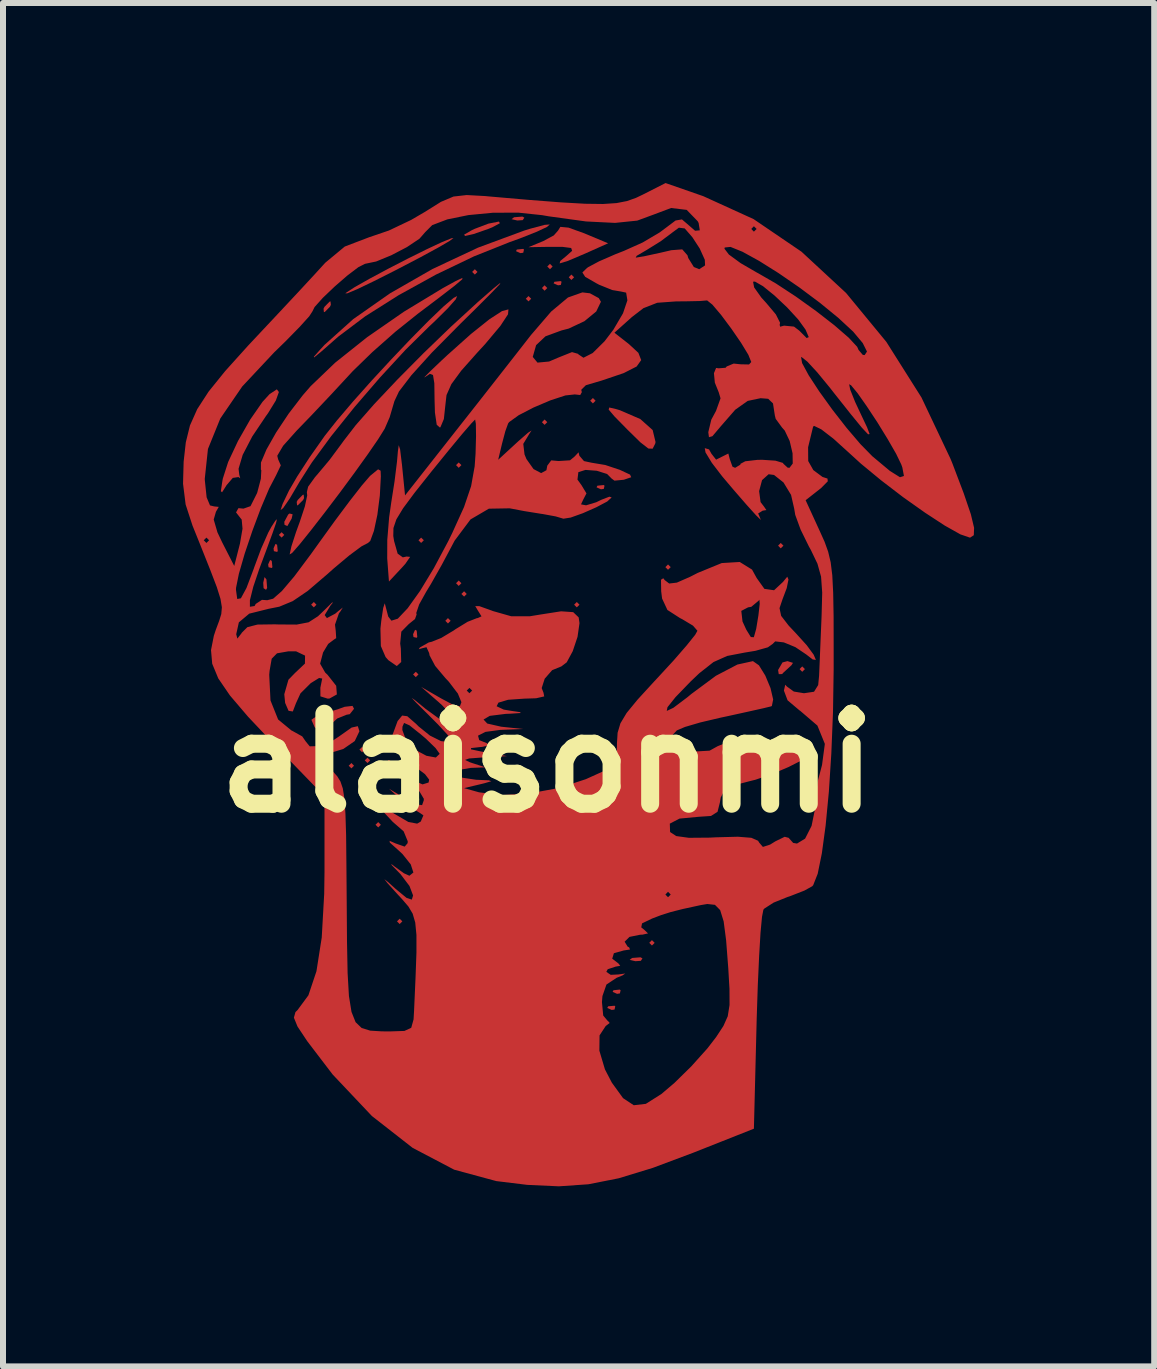
<source format=kicad_pcb>
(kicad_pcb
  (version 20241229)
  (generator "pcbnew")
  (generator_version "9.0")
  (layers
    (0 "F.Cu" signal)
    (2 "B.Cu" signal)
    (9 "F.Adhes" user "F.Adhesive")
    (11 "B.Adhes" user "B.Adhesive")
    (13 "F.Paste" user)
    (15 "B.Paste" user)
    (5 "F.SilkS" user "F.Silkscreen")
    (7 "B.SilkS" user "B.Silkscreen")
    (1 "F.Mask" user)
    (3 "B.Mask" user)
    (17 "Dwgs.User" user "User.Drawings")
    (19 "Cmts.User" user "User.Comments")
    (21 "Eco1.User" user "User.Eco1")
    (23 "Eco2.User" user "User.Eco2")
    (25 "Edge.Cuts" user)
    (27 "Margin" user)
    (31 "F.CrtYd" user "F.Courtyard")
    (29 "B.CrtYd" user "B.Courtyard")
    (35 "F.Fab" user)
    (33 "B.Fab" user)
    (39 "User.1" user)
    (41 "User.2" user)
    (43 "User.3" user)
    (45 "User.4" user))
  (footprint "alaisonmi"
    (layer "F.Cu")
    (at 6.069 9.664)
    (property "Reference" "alaisonmi" (at 0 0 0) (layer "F.SilkS") (effects (font (size 1.5 1.5) (thickness 0.3))))
    (attr board_only exclude_from_pos_files exclude_from_bom)
    (fp_poly (pts (xy -4.382 -3.801) (xy -4.427 -3.756) (xy -4.472 -3.801) (xy -4.427 -3.846)) (stroke (width 0) (type solid)) (fill yes) (layer "F.Cu"))
    (fp_poly (pts (xy -3.846 -2.638) (xy -3.89 -2.594) (xy -3.935 -2.638) (xy -3.89 -2.683)) (stroke (width 0) (type solid)) (fill yes) (layer "F.Cu"))
    (fp_poly (pts (xy -3.22 0.045) (xy -3.264 0.089) (xy -3.309 0.045) (xy -3.264 0)) (stroke (width 0) (type solid)) (fill yes) (layer "F.Cu"))
    (fp_poly (pts (xy -3.041 -0.224) (xy -3.086 -0.179) (xy -3.13 -0.224) (xy -3.086 -0.268)) (stroke (width 0) (type solid)) (fill yes) (layer "F.Cu"))
    (fp_poly (pts (xy -2.951 -0.045) (xy -2.996 0) (xy -3.041 -0.045) (xy -2.996 -0.089)) (stroke (width 0) (type solid)) (fill yes) (layer "F.Cu"))
    (fp_poly (pts (xy -2.773 1.029) (xy -2.817 1.073) (xy -2.862 1.029) (xy -2.817 0.984)) (stroke (width 0) (type solid)) (fill yes) (layer "F.Cu"))
    (fp_poly (pts (xy -2.415 2.638) (xy -2.46 2.683) (xy -2.504 2.638) (xy -2.46 2.594)) (stroke (width 0) (type solid)) (fill yes) (layer "F.Cu"))
    (fp_poly (pts (xy -2.146 -1.476) (xy -2.191 -1.431) (xy -2.236 -1.476) (xy -2.191 -1.52)) (stroke (width 0) (type solid)) (fill yes) (layer "F.Cu"))
    (fp_poly (pts (xy -2.057 -3.712) (xy -2.102 -3.667) (xy -2.146 -3.712) (xy -2.102 -3.756)) (stroke (width 0) (type solid)) (fill yes) (layer "F.Cu"))
    (fp_poly (pts (xy -1.61 -2.37) (xy -1.655 -2.325) (xy -1.699 -2.37) (xy -1.655 -2.415)) (stroke (width 0) (type solid)) (fill yes) (layer "F.Cu"))
    (fp_poly (pts (xy -1.431 -4.964) (xy -1.476 -4.919) (xy -1.52 -4.964) (xy -1.476 -5.008)) (stroke (width 0) (type solid)) (fill yes) (layer "F.Cu"))
    (fp_poly (pts (xy -1.431 -2.996) (xy -1.476 -2.951) (xy -1.52 -2.996) (xy -1.476 -3.041)) (stroke (width 0) (type solid)) (fill yes) (layer "F.Cu"))
    (fp_poly (pts (xy -1.342 -2.817) (xy -1.386 -2.773) (xy -1.431 -2.817) (xy -1.386 -2.862)) (stroke (width 0) (type solid)) (fill yes) (layer "F.Cu"))
    (fp_poly (pts (xy -1.163 -8.183) (xy -1.207 -8.139) (xy -1.252 -8.183) (xy -1.207 -8.228)) (stroke (width 0) (type solid)) (fill yes) (layer "F.Cu"))
    (fp_poly (pts (xy -0.268 -7.736) (xy -0.313 -7.692) (xy -0.358 -7.736) (xy -0.313 -7.781)) (stroke (width 0) (type solid)) (fill yes) (layer "F.Cu"))
    (fp_poly (pts (xy 0 -7.915) (xy -0.045 -7.87) (xy -0.089 -7.915) (xy -0.045 -7.96)) (stroke (width 0) (type solid)) (fill yes) (layer "F.Cu"))
    (fp_poly (pts (xy 0 -5.679) (xy -0.045 -5.635) (xy -0.089 -5.679) (xy -0.045 -5.724)) (stroke (width 0) (type solid)) (fill yes) (layer "F.Cu"))
    (fp_poly (pts (xy 0.089 -8.273) (xy 0.045 -8.228) (xy 0 -8.273) (xy 0.045 -8.318)) (stroke (width 0) (type solid)) (fill yes) (layer "F.Cu"))
    (fp_poly (pts (xy 0.447 -8.094) (xy 0.402 -8.049) (xy 0.358 -8.094) (xy 0.402 -8.139)) (stroke (width 0) (type solid)) (fill yes) (layer "F.Cu"))
    (fp_poly (pts (xy 0.537 -2.638) (xy 0.492 -2.594) (xy 0.447 -2.638) (xy 0.492 -2.683)) (stroke (width 0) (type solid)) (fill yes) (layer "F.Cu"))
    (fp_poly (pts (xy 0.805 -6.037) (xy 0.76 -5.992) (xy 0.715 -6.037) (xy 0.76 -6.082)) (stroke (width 0) (type solid)) (fill yes) (layer "F.Cu"))
    (fp_poly (pts (xy 1.789 2.996) (xy 1.744 3.041) (xy 1.699 2.996) (xy 1.744 2.951)) (stroke (width 0) (type solid)) (fill yes) (layer "F.Cu"))
    (fp_poly (pts (xy 2.057 -3.264) (xy 2.012 -3.22) (xy 1.968 -3.264) (xy 2.012 -3.309)) (stroke (width 0) (type solid)) (fill yes) (layer "F.Cu"))
    (fp_poly (pts (xy 3.935 -3.622) (xy 3.89 -3.577) (xy 3.846 -3.622) (xy 3.89 -3.667)) (stroke (width 0) (type solid)) (fill yes) (layer "F.Cu"))
    (fp_poly (pts (xy 4.293 -1.565) (xy 4.248 -1.52) (xy 4.204 -1.565) (xy 4.248 -1.61)) (stroke (width 0) (type solid)) (fill yes) (layer "F.Cu"))
    (fp_poly (pts (xy -4.679 -3.058) (xy -4.668 -2.918) (xy -4.686 -2.886) (xy -4.727 -2.913) (xy -4.733 -3.004) (xy -4.711 -3.099)) (stroke (width 0) (type solid)) (fill yes) (layer "F.Cu"))
    (fp_poly (pts (xy -4.591 -3.369) (xy -4.58 -3.263) (xy -4.591 -3.25) (xy -4.644 -3.262) (xy -4.651 -3.309) (xy -4.618 -3.383)) (stroke (width 0) (type solid)) (fill yes) (layer "F.Cu"))
    (fp_poly (pts (xy -4.502 -3.637) (xy -4.491 -3.531) (xy -4.502 -3.518) (xy -4.555 -3.53) (xy -4.561 -3.577) (xy -4.529 -3.651)) (stroke (width 0) (type solid)) (fill yes) (layer "F.Cu"))
    (fp_poly (pts (xy -2.176 -2.206) (xy -2.166 -2.1) (xy -2.176 -2.087) (xy -2.229 -2.099) (xy -2.236 -2.146) (xy -2.203 -2.22)) (stroke (width 0) (type solid)) (fill yes) (layer "F.Cu"))
    (fp_poly (pts (xy -0.388 -8.556) (xy -0.4 -8.503) (xy -0.447 -8.496) (xy -0.521 -8.529) (xy -0.507 -8.556) (xy -0.401 -8.567)) (stroke (width 0) (type solid)) (fill yes) (layer "F.Cu"))
    (fp_poly (pts (xy -0.382 -9.087) (xy -0.409 -9.046) (xy -0.499 -9.04) (xy -0.595 -9.062) (xy -0.553 -9.094) (xy -0.414 -9.105)) (stroke (width 0) (type solid)) (fill yes) (layer "F.Cu"))
    (fp_poly (pts (xy 0.238 -8.019) (xy 0.226 -7.966) (xy 0.179 -7.96) (xy 0.105 -7.993) (xy 0.119 -8.019) (xy 0.225 -8.03)) (stroke (width 0) (type solid)) (fill yes) (layer "F.Cu"))
    (fp_poly (pts (xy 0.954 -4.621) (xy 0.942 -4.568) (xy 0.894 -4.561) (xy 0.821 -4.594) (xy 0.835 -4.621) (xy 0.941 -4.632)) (stroke (width 0) (type solid)) (fill yes) (layer "F.Cu"))
    (fp_poly (pts (xy 1.133 4.054) (xy 1.121 4.108) (xy 1.073 4.114) (xy 1 4.081) (xy 1.014 4.054) (xy 1.12 4.044)) (stroke (width 0) (type solid)) (fill yes) (layer "F.Cu"))
    (fp_poly (pts (xy 1.222 3.786) (xy 1.21 3.839) (xy 1.163 3.846) (xy 1.089 3.813) (xy 1.103 3.786) (xy 1.209 3.775)) (stroke (width 0) (type solid)) (fill yes) (layer "F.Cu"))
    (fp_poly (pts (xy 1.586 3.255) (xy 1.559 3.296) (xy 1.468 3.302) (xy 1.373 3.28) (xy 1.414 3.248) (xy 1.554 3.237)) (stroke (width 0) (type solid)) (fill yes) (layer "F.Cu"))
    (fp_poly (pts (xy -4.243 -4.144) (xy -4.259 -4.074) (xy -4.331 -3.948) (xy -4.378 -3.969) (xy -4.382 -4.019) (xy -4.317 -4.141) (xy -4.294 -4.158)) (stroke (width 0) (type solid)) (fill yes) (layer "F.Cu"))
    (fp_poly (pts (xy -4.053 -4.414) (xy -4.069 -4.382) (xy -4.154 -4.297) (xy -4.169 -4.293) (xy -4.175 -4.351) (xy -4.159 -4.382) (xy -4.075 -4.468) (xy -4.059 -4.472)) (stroke (width 0) (type solid)) (fill yes) (layer "F.Cu"))
    (fp_poly (pts (xy -3.606 -7.634) (xy -3.622 -7.602) (xy -3.706 -7.517) (xy -3.722 -7.513) (xy -3.728 -7.57) (xy -3.712 -7.602) (xy -3.627 -7.688) (xy -3.612 -7.692)) (stroke (width 0) (type solid)) (fill yes) (layer "F.Cu"))
    (fp_poly (pts (xy 4.094 -1.669) (xy 4.069 -1.63) (xy 3.93 -1.502) (xy 3.913 -1.482) (xy 3.857 -1.481) (xy 3.846 -1.55) (xy 3.919 -1.676) (xy 4.002 -1.698)) (stroke (width 0) (type solid)) (fill yes) (layer "F.Cu"))
    (fp_poly (pts (xy -0.805 -9.022) (xy -0.79 -8.994) (xy -0.915 -8.927) (xy -0.984 -8.899) (xy -1.229 -8.814) (xy -1.37 -8.782) (xy -1.386 -8.804) (xy -1.256 -8.879) (xy -1.207 -8.902) (xy -0.98 -8.988) (xy -0.806 -9.022)) (stroke (width 0) (type solid)) (fill yes) (layer "F.Cu"))
    (fp_poly (pts (xy 1.142 -5.899) (xy 1.209 -5.879) (xy 1.551 -5.731) (xy 1.756 -5.548) (xy 1.804 -5.349) (xy 1.798 -5.321) (xy 1.756 -5.238) (xy 1.685 -5.24) (xy 1.552 -5.343) (xy 1.337 -5.554) (xy 1.121 -5.774) (xy 1.023 -5.889) (xy 1.033 -5.924)) (stroke (width 0) (type solid)) (fill yes) (layer "F.Cu"))
    (fp_poly (pts (xy -3.22 -0.904) (xy -3.291 -0.814) (xy -3.343 -0.805) (xy -3.5 -0.742) (xy -3.577 -0.671) (xy -3.731 -0.546) (xy -3.864 -0.585) (xy -3.876 -0.596) (xy -3.93 -0.72) (xy -3.809 -0.808) (xy -3.734 -0.828) (xy -3.498 -0.893) (xy -3.376 -0.937) (xy -3.245 -0.952)) (stroke (width 0) (type solid)) (fill yes) (layer "F.Cu"))
    (fp_poly (pts (xy -1.627 -8.699) (xy -1.822 -8.586) (xy -2.118 -8.425) (xy -2.486 -8.233) (xy -2.534 -8.208) (xy -2.891 -8.028) (xy -3.164 -7.897) (xy -3.33 -7.827) (xy -3.365 -7.826) (xy -3.354 -7.835) (xy -3.205 -7.932) (xy -2.957 -8.072) (xy -2.649 -8.237) (xy -2.319 -8.407) (xy -2.008 -8.561) (xy -1.754 -8.68) (xy -1.596 -8.744) (xy -1.563 -8.748)) (stroke (width 0) (type solid)) (fill yes) (layer "F.Cu"))
    (fp_poly (pts (xy 0.354 -8.921) (xy 0.615 -8.827) (xy 0.675 -8.802) (xy 1.014 -8.66) (xy 0.631 -8.489) (xy 0.342 -8.366) (xy 0.206 -8.325) (xy 0.217 -8.366) (xy 0.318 -8.449) (xy 0.414 -8.535) (xy 0.398 -8.582) (xy 0.25 -8.601) (xy -0.045 -8.6) (xy -0.313 -8.595) (xy -0.067 -8.697) (xy 0.108 -8.791) (xy 0.179 -8.871) (xy 0.218 -8.934)) (stroke (width 0) (type solid)) (fill yes) (layer "F.Cu"))
    (fp_poly (pts (xy -4.472 -6.182) (xy -4.523 -6.04) (xy -4.653 -5.829) (xy -4.685 -5.785) (xy -4.916 -5.441) (xy -5.075 -5.135) (xy -5.144 -4.903) (xy -5.132 -4.805) (xy -5.116 -4.745) (xy -5.146 -4.765) (xy -5.24 -4.751) (xy -5.343 -4.631) (xy -5.419 -4.511) (xy -5.439 -4.53) (xy -5.413 -4.704) (xy -5.406 -4.74) (xy -5.317 -5.017) (xy -5.153 -5.367) (xy -4.95 -5.723) (xy -4.745 -6.018) (xy -4.628 -6.146) (xy -4.506 -6.227)) (stroke (width 0) (type solid)) (fill yes) (layer "F.Cu"))
    (fp_poly (pts (xy -0.006 -8.932) (xy -0.176 -8.852) (xy -0.454 -8.742) (xy -0.626 -8.68) (xy -1.222 -8.442) (xy -1.856 -8.138) (xy -2.477 -7.795) (xy -3.034 -7.443) (xy -3.476 -7.11) (xy -3.513 -7.078) (xy -3.761 -6.86) (xy -3.885 -6.758) (xy -3.889 -6.77) (xy -3.782 -6.891) (xy -3.712 -6.967) (xy -3.233 -7.397) (xy -2.619 -7.827) (xy -1.912 -8.232) (xy -1.153 -8.588) (xy -0.385 -8.872) (xy -0.285 -8.903) (xy -0.046 -8.967) (xy 0.042 -8.974)) (stroke (width 0) (type solid)) (fill yes) (layer "F.Cu"))
    (fp_poly (pts (xy -0.654 -7.477) (xy -0.781 -7.284) (xy -1.036 -6.98) (xy -1.163 -6.842) (xy -1.434 -6.537) (xy -1.598 -6.313) (xy -1.679 -6.131) (xy -1.699 -5.955) (xy -1.723 -5.732) (xy -1.78 -5.596) (xy -1.789 -5.59) (xy -1.842 -5.636) (xy -1.872 -5.841) (xy -1.878 -6.046) (xy -1.882 -6.329) (xy -1.904 -6.465) (xy -1.955 -6.485) (xy -2.036 -6.431) (xy -2.05 -6.427) (xy -1.953 -6.525) (xy -1.763 -6.706) (xy -1.665 -6.797) (xy -1.27 -7.15) (xy -0.963 -7.395) (xy -0.753 -7.531) (xy -0.647 -7.559)) (stroke (width 0) (type solid)) (fill yes) (layer "F.Cu"))
    (fp_poly (pts (xy -1.525 -7.726) (xy -1.655 -7.579) (xy -1.869 -7.367) (xy -1.967 -7.275) (xy -2.361 -6.886) (xy -2.787 -6.424) (xy -3.212 -5.931) (xy -3.602 -5.445) (xy -3.924 -5.006) (xy -4.126 -4.689) (xy -4.29 -4.41) (xy -4.4 -4.249) (xy -4.443 -4.215) (xy -4.411 -4.315) (xy -4.304 -4.539) (xy -4.165 -4.778) (xy -3.96 -5.094) (xy -3.729 -5.422) (xy -3.707 -5.453) (xy -3.506 -5.707) (xy -3.238 -6.022) (xy -2.927 -6.371) (xy -2.596 -6.729) (xy -2.27 -7.072) (xy -1.973 -7.373) (xy -1.729 -7.607) (xy -1.561 -7.75) (xy -1.502 -7.781)) (stroke (width 0) (type solid)) (fill yes) (layer "F.Cu"))
    (fp_poly (pts (xy -0.791 -7.979) (xy -0.921 -7.843) (xy -1.175 -7.588) (xy -1.448 -7.319) (xy -1.924 -6.838) (xy -2.263 -6.463) (xy -2.471 -6.191) (xy -2.547 -6.03) (xy -2.626 -5.762) (xy -2.709 -5.57) (xy -2.817 -5.397) (xy -2.992 -5.143) (xy -3.213 -4.835) (xy -3.458 -4.503) (xy -3.707 -4.175) (xy -3.936 -3.88) (xy -4.124 -3.646) (xy -4.25 -3.502) (xy -4.293 -3.475) (xy -4.263 -3.611) (xy -4.186 -3.849) (xy -4.124 -4.019) (xy -4.039 -4.276) (xy -4 -4.459) (xy -4.006 -4.513) (xy -3.985 -4.604) (xy -3.869 -4.765) (xy -3.831 -4.808) (xy -3.626 -5.053) (xy -3.42 -5.331) (xy -3.395 -5.366) (xy -3.192 -5.629) (xy -2.884 -5.98) (xy -2.497 -6.39) (xy -2.062 -6.829) (xy -1.607 -7.268) (xy -1.16 -7.678) (xy -1.118 -7.715) (xy -0.892 -7.912) (xy -0.782 -8.001)) (stroke (width 0) (type solid)) (fill yes) (layer "F.Cu"))
    (fp_poly (pts (xy 2.6 -9.445) (xy 3.438 -9.063) (xy 4.236 -8.52) (xy 4.979 -7.832) (xy 5.65 -7.017) (xy 6.235 -6.091) (xy 6.719 -5.069) (xy 6.752 -4.988) (xy 6.939 -4.495) (xy 7.058 -4.145) (xy 7.112 -3.919) (xy 7.107 -3.796) (xy 7.046 -3.756) (xy 7.041 -3.756) (xy 6.884 -3.81) (xy 6.624 -3.956) (xy 6.295 -4.171) (xy 5.929 -4.43) (xy 5.562 -4.711) (xy 5.225 -4.989) (xy 5.019 -5.177) (xy 4.767 -5.405) (xy 4.567 -5.559) (xy 4.448 -5.617) (xy 4.43 -5.607) (xy 4.346 -5.261) (xy 4.348 -5.032) (xy 4.433 -4.881) (xy 4.586 -4.767) (xy 4.669 -4.74) (xy 4.674 -4.694) (xy 4.562 -4.581) (xy 4.534 -4.559) (xy 4.305 -4.379) (xy 4.54 -3.866) (xy 4.621 -3.686) (xy 4.68 -3.522) (xy 4.722 -3.346) (xy 4.749 -3.128) (xy 4.764 -2.836) (xy 4.771 -2.442) (xy 4.772 -1.915) (xy 4.772 -1.565) (xy 4.761 -0.849) (xy 4.733 -0.159) (xy 4.692 0.479) (xy 4.638 1.043) (xy 4.575 1.506) (xy 4.506 1.845) (xy 4.431 2.035) (xy 4.415 2.053) (xy 4.285 2.125) (xy 4.06 2.213) (xy 4.004 2.232) (xy 3.771 2.326) (xy 3.617 2.425) (xy 3.601 2.444) (xy 3.578 2.562) (xy 3.553 2.83) (xy 3.53 3.219) (xy 3.508 3.7) (xy 3.49 4.243) (xy 3.488 4.321) (xy 3.443 6.093) (xy 2.433 6.493) (xy 1.758 6.746) (xy 1.191 6.919) (xy 0.686 7.019) (xy 0.193 7.053) (xy -0.334 7.029) (xy -0.85 6.966) (xy -1.551 6.776) (xy -2.244 6.412) (xy -2.922 5.882) (xy -3.576 5.19) (xy -3.879 4.793) (xy 0.868 4.793) (xy 0.961 5.105) (xy 1.076 5.326) (xy 1.263 5.584) (xy 1.441 5.702) (xy 1.642 5.679) (xy 1.9 5.516) (xy 2.12 5.329) (xy 2.401 5.053) (xy 2.668 4.755) (xy 2.813 4.567) (xy 2.935 4.381) (xy 3.007 4.22) (xy 3.037 4.032) (xy 3.036 3.764) (xy 3.016 3.42) (xy 2.98 2.953) (xy 2.939 2.639) (xy 2.881 2.451) (xy 2.794 2.363) (xy 2.667 2.349) (xy 2.558 2.367) (xy 2.255 2.433) (xy 2.058 2.483) (xy 1.897 2.534) (xy 1.747 2.591) (xy 1.579 2.672) (xy 1.566 2.739) (xy 1.613 2.776) (xy 1.679 2.839) (xy 1.585 2.86) (xy 1.548 2.861) (xy 1.37 2.897) (xy 1.289 2.977) (xy 1.339 3.059) (xy 1.363 3.071) (xy 1.379 3.107) (xy 1.274 3.123) (xy 1.11 3.169) (xy 1.082 3.26) (xy 1.185 3.339) (xy 1.216 3.379) (xy 1.14 3.392) (xy 1.007 3.436) (xy 0.984 3.48) (xy 1.057 3.529) (xy 1.185 3.523) (xy 1.3 3.507) (xy 1.255 3.538) (xy 1.155 3.579) (xy 0.986 3.691) (xy 0.919 3.883) (xy 0.911 3.983) (xy 0.932 4.207) (xy 1.005 4.295) (xy 1.009 4.296) (xy 1.04 4.331) (xy 0.973 4.383) (xy 0.871 4.538) (xy 0.868 4.793) (xy -3.879 4.793) (xy -4.001 4.633) (xy -4.162 4.39) (xy -4.222 4.243) (xy -4.196 4.15) (xy -4.162 4.117) (xy -3.98 3.87) (xy -3.846 3.469) (xy -3.758 2.907) (xy -3.717 2.18) (xy -3.712 1.821) (xy -3.712 0.555) (xy -4.565 -0.326) (xy -4.986 -0.772) (xy -5.287 -1.125) (xy -5.482 -1.41) (xy -5.583 -1.654) (xy -5.603 -1.882) (xy -5.556 -2.12) (xy -5.523 -2.22) (xy -5.468 -2.367) (xy -5.432 -2.482) (xy -5.422 -2.595) (xy -5.445 -2.735) (xy -5.507 -2.933) (xy -5.616 -3.218) (xy -5.777 -3.622) (xy -5.813 -3.712) (xy -5.724 -3.712) (xy -5.679 -3.667) (xy -5.635 -3.712) (xy -5.679 -3.756) (xy -5.724 -3.712) (xy -5.813 -3.712) (xy -5.912 -3.958) (xy -6.026 -4.308) (xy -6.069 -4.653) (xy -6.067 -4.736) (xy -5.707 -4.736) (xy -5.706 -4.712) (xy -5.676 -4.427) (xy -5.62 -4.293) (xy -5.552 -4.276) (xy -5.474 -4.268) (xy -5.521 -4.186) (xy -5.558 -4.057) (xy -5.496 -3.844) (xy -5.417 -3.677) (xy -5.216 -3.284) (xy -5.121 -3.655) (xy -5.078 -3.905) (xy -5.092 -4.057) (xy -5.107 -4.075) (xy -5.186 -4.176) (xy -5.146 -4.247) (xy -5.062 -4.239) (xy -4.945 -4.28) (xy -4.836 -4.497) (xy -4.83 -4.516) (xy -4.772 -4.737) (xy -4.765 -4.877) (xy -4.772 -4.891) (xy -4.771 -5.007) (xy -4.679 -5.224) (xy -4.518 -5.508) (xy -4.309 -5.822) (xy -4.074 -6.128) (xy -3.943 -6.279) (xy -3.534 -6.671) (xy -3.002 -7.095) (xy -2.389 -7.52) (xy -1.744 -7.911) (xy -1.524 -8.032) (xy -1.413 -8.084) (xy -1.418 -8.059) (xy -1.547 -7.95) (xy -1.807 -7.75) (xy -2.154 -7.488) (xy -2.529 -7.188) (xy -2.915 -6.847) (xy -3.241 -6.53) (xy -3.303 -6.463) (xy -3.603 -6.139) (xy -3.924 -5.799) (xy -4.179 -5.535) (xy -4.402 -5.285) (xy -4.499 -5.12) (xy -4.485 -5.061) (xy -4.44 -4.96) (xy -4.519 -4.794) (xy -4.634 -4.574) (xy -4.772 -4.248) (xy -4.914 -3.868) (xy -5.043 -3.485) (xy -5.139 -3.152) (xy -5.186 -2.919) (xy -5.187 -2.886) (xy -5.166 -2.733) (xy -5.105 -2.745) (xy -5.012 -2.917) (xy -4.89 -3.24) (xy -4.882 -3.264) (xy -4.768 -3.571) (xy -4.648 -3.842) (xy -4.597 -3.935) (xy -4.533 -4.035) (xy -4.505 -4.064) (xy -4.519 -4) (xy -4.58 -3.824) (xy -4.694 -3.514) (xy -4.8 -3.23) (xy -4.899 -2.936) (xy -4.955 -2.712) (xy -4.955 -2.605) (xy -4.954 -2.604) (xy -4.877 -2.616) (xy -4.858 -2.651) (xy -4.754 -2.719) (xy -4.666 -2.713) (xy -4.568 -2.738) (xy -4.423 -2.865) (xy -4.216 -3.109) (xy -3.936 -3.484) (xy -3.815 -3.653) (xy -3.543 -4.03) (xy -3.292 -4.366) (xy -3.089 -4.626) (xy -2.959 -4.777) (xy -2.946 -4.79) (xy -2.819 -4.894) (xy -2.777 -4.871) (xy -2.773 -4.776) (xy -2.79 -4.456) (xy -2.831 -4.137) (xy -2.888 -3.869) (xy -2.95 -3.7) (xy -2.987 -3.667) (xy -3.096 -3.61) (xy -3.298 -3.46) (xy -3.557 -3.243) (xy -3.668 -3.144) (xy -3.991 -2.868) (xy -4.241 -2.698) (xy -4.465 -2.605) (xy -4.641 -2.57) (xy -4.966 -2.489) (xy -5.139 -2.344) (xy -5.183 -2.146) (xy -5.164 -2.073) (xy -5.097 -2.159) (xy -5.09 -2.171) (xy -4.997 -2.264) (xy -4.829 -2.307) (xy -4.539 -2.311) (xy -4.481 -2.309) (xy -4.175 -2.307) (xy -3.977 -2.345) (xy -3.82 -2.446) (xy -3.704 -2.557) (xy -3.585 -2.675) (xy -3.572 -2.674) (xy -3.615 -2.62) (xy -3.709 -2.465) (xy -3.672 -2.415) (xy -3.533 -2.489) (xy -3.488 -2.527) (xy -3.407 -2.591) (xy -3.445 -2.529) (xy -3.472 -2.493) (xy -3.537 -2.306) (xy -3.525 -2.203) (xy -3.517 -2.081) (xy -3.554 -2.057) (xy -3.65 -1.985) (xy -3.736 -1.842) (xy -3.785 -1.655) (xy -3.7 -1.507) (xy -3.661 -1.47) (xy -3.517 -1.287) (xy -3.506 -1.143) (xy -3.628 -1.075) (xy -3.659 -1.073) (xy -3.78 -1.111) (xy -3.781 -1.255) (xy -3.777 -1.274) (xy -3.75 -1.408) (xy -3.802 -1.417) (xy -3.941 -1.331) (xy -4.112 -1.161) (xy -4.188 -0.995) (xy -4.24 -0.859) (xy -4.311 -0.87) (xy -4.368 -1.002) (xy -4.382 -1.146) (xy -4.313 -1.388) (xy -4.204 -1.5) (xy -4.038 -1.657) (xy -4.036 -1.79) (xy -4.185 -1.861) (xy -4.315 -1.861) (xy -4.503 -1.828) (xy -4.592 -1.738) (xy -4.627 -1.537) (xy -4.633 -1.47) (xy -4.612 -1.043) (xy -4.485 -0.726) (xy -4.262 -0.542) (xy -4.25 -0.537) (xy -4.083 -0.444) (xy -4.025 -0.36) (xy -3.958 -0.278) (xy -3.793 -0.283) (xy -3.582 -0.368) (xy -3.464 -0.447) (xy -3.26 -0.591) (xy -3.157 -0.614) (xy -3.13 -0.53) (xy -3.208 -0.366) (xy -3.399 -0.234) (xy -3.533 -0.193) (xy -3.706 -0.147) (xy -3.735 -0.068) (xy -3.626 0.082) (xy -3.57 0.142) (xy -3.499 0.222) (xy -3.446 0.308) (xy -3.407 0.423) (xy -3.38 0.594) (xy -3.363 0.845) (xy -3.352 1.201) (xy -3.347 1.687) (xy -3.342 2.303) (xy -3.337 2.98) (xy -3.327 3.499) (xy -3.305 3.881) (xy -3.262 4.147) (xy -3.194 4.318) (xy -3.093 4.415) (xy -2.951 4.459) (xy -2.761 4.471) (xy -2.621 4.472) (xy -2.38 4.464) (xy -2.267 4.412) (xy -2.228 4.272) (xy -2.22 4.136) (xy -2.195 3.574) (xy -2.18 3.16) (xy -2.18 2.865) (xy -2.2 2.658) (xy -2.243 2.51) (xy -2.314 2.391) (xy -2.417 2.271) (xy -2.49 2.192) (xy -2.662 2.002) (xy -2.715 1.935) (xy -2.652 1.984) (xy -2.527 2.097) (xy -2.345 2.247) (xy -2.257 2.276) (xy -2.236 2.207) (xy -2.242 2.191) (xy 1.968 2.191) (xy 2.012 2.236) (xy 2.057 2.191) (xy 2.012 2.146) (xy 1.968 2.191) (xy -2.242 2.191) (xy -2.296 2.049) (xy -2.446 1.851) (xy -2.486 1.81) (xy -2.598 1.695) (xy -2.593 1.686) (xy -2.547 1.722) (xy -2.388 1.837) (xy -2.297 1.878) (xy -2.231 1.824) (xy -2.275 1.689) (xy -2.413 1.516) (xy -2.482 1.452) (xy -2.623 1.326) (xy -2.628 1.296) (xy -2.527 1.34) (xy -2.376 1.393) (xy -2.327 1.335) (xy -2.325 1.304) (xy -2.393 1.139) (xy -2.437 1.1) (xy -2.573 0.982) (xy -2.728 0.816) (xy -2.826 0.695) (xy -2.827 0.667) (xy -2.712 0.736) (xy -2.556 0.841) (xy -2.315 0.982) (xy -2.168 1.01) (xy -2.108 0.975) (xy -2.064 0.872) (xy -2.123 0.831) (xy -2.266 0.745) (xy -2.436 0.609) (xy -2.638 0.428) (xy -2.396 0.572) (xy -2.186 0.686) (xy -2.086 0.702) (xy -2.058 0.622) (xy -2.057 0.596) (xy -2.13 0.473) (xy -2.275 0.377) (xy -2.486 0.221) (xy -2.601 0.072) (xy -2.657 -0.046) (xy -2.627 -0.045) (xy -2.495 0.078) (xy -2.46 0.112) (xy -2.251 0.281) (xy -2.078 0.356) (xy -1.978 0.325) (xy -1.968 0.277) (xy -2.038 0.185) (xy -2.213 0.054) (xy -2.281 0.012) (xy -2.524 -0.196) (xy -2.592 -0.434) (xy -2.549 -0.55) (xy -2.415 -0.55) (xy -2.346 -0.364) (xy -2.216 -0.229) (xy -2.014 -0.121) (xy -1.857 -0.092) (xy -1.795 -0.151) (xy -1.795 -0.157) (xy -1.862 -0.25) (xy -2.023 -0.406) (xy -2.108 -0.478) (xy -2.296 -0.628) (xy -2.386 -0.668) (xy -2.413 -0.606) (xy -2.415 -0.55) (xy -2.549 -0.55) (xy -2.494 -0.699) (xy -2.418 -0.791) (xy -2.333 -0.78) (xy -2.187 -0.653) (xy -2.143 -0.609) (xy -1.954 -0.457) (xy -1.77 -0.365) (xy -1.641 -0.351) (xy -1.61 -0.399) (xy -1.669 -0.479) (xy -1.821 -0.643) (xy -1.99 -0.813) (xy -2.188 -1.009) (xy -2.26 -1.086) (xy -2.21 -1.052) (xy -2.041 -0.914) (xy -2.032 -0.906) (xy -1.761 -0.709) (xy -1.582 -0.624) (xy -1.51 -0.645) (xy -1.563 -0.761) (xy -1.756 -0.966) (xy -1.81 -1.015) (xy -2.102 -1.269) (xy -1.766 -1.075) (xy -1.555 -0.963) (xy -1.455 -0.948) (xy -1.431 -1.014) (xy -1.49 -1.158) (xy -1.528 -1.207) (xy -1.342 -1.207) (xy -1.297 -1.163) (xy -1.252 -1.207) (xy -1.297 -1.252) (xy -1.342 -1.207) (xy -1.528 -1.207) (xy -1.639 -1.353) (xy -1.699 -1.417) (xy -1.868 -1.618) (xy -1.961 -1.793) (xy -1.968 -1.832) (xy -2.013 -1.93) (xy -2.079 -1.914) (xy -2.141 -1.896) (xy -2.122 -1.926) (xy -1.975 -2.009) (xy -1.924 -2.021) (xy -1.767 -2.084) (xy -1.557 -2.21) (xy -1.532 -2.228) (xy -1.328 -2.353) (xy -1.173 -2.414) (xy -1.16 -2.415) (xy -1.096 -2.444) (xy -1.159 -2.545) (xy -1.2 -2.615) (xy -1.132 -2.614) (xy -0.928 -2.541) (xy -0.905 -2.532) (xy -0.599 -2.445) (xy -0.294 -2.445) (xy -0.11 -2.475) (xy 0.23 -2.528) (xy 0.432 -2.514) (xy 0.523 -2.427) (xy 0.537 -2.331) (xy 0.504 -2.102) (xy 0.424 -1.863) (xy 0.324 -1.678) (xy 0.235 -1.61) (xy 0.081 -1.547) (xy -0.043 -1.405) (xy -0.093 -1.249) (xy -0.063 -1.172) (xy -0.051 -1.11) (xy -0.186 -1.079) (xy -0.379 -1.073) (xy -0.653 -1.054) (xy -0.814 -1.006) (xy -0.844 -0.946) (xy -0.725 -0.89) (xy -0.605 -0.87) (xy -0.448 -0.847) (xy -0.448 -0.833) (xy -0.614 -0.822) (xy -0.693 -0.819) (xy -0.958 -0.786) (xy -1.062 -0.725) (xy -1 -0.658) (xy -0.767 -0.605) (xy -0.738 -0.602) (xy -0.402 -0.567) (xy -0.783 -0.552) (xy -1.03 -0.519) (xy -1.154 -0.456) (xy -1.134 -0.382) (xy -1.006 -0.33) (xy -0.96 -0.296) (xy -1.083 -0.269) (xy -1.118 -0.266) (xy -1.27 -0.249) (xy -1.272 -0.228) (xy -1.112 -0.194) (xy -1.029 -0.179) (xy -0.671 -0.115) (xy -1.073 -0.093) (xy -1.302 -0.076) (xy -1.37 -0.052) (xy -1.293 -0.014) (xy -1.252 0) (xy -1.029 0.072) (xy -1.274 0.081) (xy -1.472 0.115) (xy -1.513 0.18) (xy -1.414 0.245) (xy -1.186 0.279) (xy -1.185 0.279) (xy -0.974 0.288) (xy -0.932 0.303) (xy -1.048 0.337) (xy -1.118 0.354) (xy -1.386 0.418) (xy -1.137 0.488) (xy -0.764 0.534) (xy -0.298 0.507) (xy 0.192 0.416) (xy 0.64 0.27) (xy 0.654 0.264) (xy 0.932 0.138) (xy 1.083 0.036) (xy 1.146 -0.085) (xy 1.161 -0.272) (xy 1.161 -0.328) (xy 1.172 -0.505) (xy 1.219 -0.662) (xy 1.322 -0.834) (xy 1.505 -1.057) (xy 1.789 -1.367) (xy 1.833 -1.414) (xy 2.105 -1.709) (xy 2.323 -1.96) (xy 2.464 -2.136) (xy 2.502 -2.204) (xy 2.428 -2.289) (xy 2.248 -2.397) (xy 2.212 -2.415) (xy 2.026 -2.535) (xy 3.233 -2.535) (xy 3.253 -2.359) (xy 3.316 -2.222) (xy 3.392 -2.099) (xy 3.442 -2.096) (xy 3.481 -2.235) (xy 3.518 -2.46) (xy 3.54 -2.653) (xy 3.534 -2.722) (xy 3.522 -2.705) (xy 3.4 -2.603) (xy 3.346 -2.594) (xy 3.233 -2.535) (xy 2.026 -2.535) (xy 2.002 -2.55) (xy 1.913 -2.741) (xy 1.898 -2.862) (xy 1.895 -3.054) (xy 1.933 -3.079) (xy 1.956 -3.049) (xy 2.031 -2.991) (xy 2.159 -3.006) (xy 2.382 -3.104) (xy 2.507 -3.168) (xy 2.907 -3.332) (xy 3.207 -3.35) (xy 3.412 -3.223) (xy 3.489 -3.083) (xy 3.618 -2.902) (xy 3.779 -2.879) (xy 3.928 -3.018) (xy 3.999 -3.105) (xy 4.019 -3.058) (xy 3.99 -2.915) (xy 3.92 -2.729) (xy 3.87 -2.581) (xy 3.897 -2.452) (xy 4.023 -2.289) (xy 4.143 -2.162) (xy 4.324 -1.962) (xy 4.439 -1.805) (xy 4.476 -1.718) (xy 4.422 -1.726) (xy 4.315 -1.809) (xy 4.134 -1.931) (xy 3.942 -2.01) (xy 3.798 -2.027) (xy 3.756 -1.985) (xy 3.676 -1.928) (xy 3.469 -1.87) (xy 3.287 -1.84) (xy 2.997 -1.784) (xy 2.769 -1.682) (xy 2.533 -1.496) (xy 2.392 -1.362) (xy 2.136 -1.097) (xy 2.003 -0.93) (xy 1.991 -0.868) (xy 2.101 -0.92) (xy 2.332 -1.094) (xy 2.401 -1.151) (xy 2.81 -1.454) (xy 3.168 -1.641) (xy 3.427 -1.698) (xy 3.527 -1.628) (xy 3.633 -1.457) (xy 3.72 -1.248) (xy 3.764 -1.059) (xy 3.742 -0.95) (xy 3.729 -0.944) (xy 3.597 -0.912) (xy 3.338 -0.854) (xy 3.001 -0.78) (xy 2.884 -0.755) (xy 2.549 -0.676) (xy 2.294 -0.601) (xy 2.158 -0.543) (xy 2.146 -0.529) (xy 2.073 -0.453) (xy 1.99 -0.423) (xy 1.914 -0.384) (xy 1.99 -0.324) (xy 2.085 -0.282) (xy 2.426 -0.19) (xy 2.705 -0.206) (xy 2.838 -0.28) (xy 2.96 -0.33) (xy 3.168 -0.287) (xy 3.284 -0.244) (xy 3.643 -0.154) (xy 4.028 -0.18) (xy 4.272 -0.218) (xy 4.428 -0.231) (xy 4.454 -0.226) (xy 4.418 -0.159) (xy 4.258 -0.054) (xy 4.017 0.068) (xy 3.739 0.186) (xy 3.47 0.278) (xy 3.37 0.303) (xy 3.095 0.375) (xy 2.951 0.455) (xy 2.89 0.576) (xy 2.878 0.65) (xy 2.837 0.813) (xy 2.728 0.882) (xy 2.521 0.896) (xy 2.203 0.926) (xy 2.042 1.01) (xy 2.046 1.144) (xy 2.051 1.153) (xy 2.149 1.217) (xy 2.359 1.246) (xy 2.711 1.243) (xy 2.805 1.238) (xy 3.176 1.228) (xy 3.401 1.246) (xy 3.512 1.295) (xy 3.532 1.327) (xy 3.593 1.398) (xy 3.713 1.359) (xy 3.802 1.304) (xy 3.956 1.229) (xy 4.024 1.247) (xy 4.025 1.25) (xy 4.097 1.331) (xy 4.161 1.342) (xy 4.296 1.26) (xy 4.404 1.047) (xy 4.465 0.748) (xy 4.472 0.604) (xy 4.504 0.315) (xy 4.578 0.033) (xy 4.625 -0.319) (xy 4.501 -0.624) (xy 4.212 -0.872) (xy 4.204 -0.876) (xy 4.004 -1.045) (xy 3.943 -1.207) (xy 3.965 -1.305) (xy 3.994 -1.274) (xy 4.108 -1.191) (xy 4.278 -1.163) (xy 4.445 -1.188) (xy 4.514 -1.299) (xy 4.529 -1.453) (xy 4.539 -1.684) (xy 4.553 -2.025) (xy 4.569 -2.408) (xy 4.571 -2.46) (xy 4.581 -2.839) (xy 4.562 -3.105) (xy 4.502 -3.321) (xy 4.391 -3.552) (xy 4.358 -3.611) (xy 4.221 -3.89) (xy 4.132 -4.134) (xy 4.114 -4.24) (xy 4.062 -4.468) (xy 3.936 -4.675) (xy 3.778 -4.8) (xy 3.688 -4.812) (xy 3.579 -4.714) (xy 3.53 -4.531) (xy 3.554 -4.348) (xy 3.612 -4.272) (xy 3.651 -4.215) (xy 3.589 -4.205) (xy 3.514 -4.158) (xy 3.544 -4.088) (xy 3.559 -4.05) (xy 3.478 -4.129) (xy 3.32 -4.304) (xy 3.104 -4.553) (xy 2.916 -4.775) (xy 2.742 -5.002) (xy 2.637 -5.175) (xy 2.624 -5.247) (xy 2.695 -5.226) (xy 2.736 -5.153) (xy 2.813 -5.055) (xy 2.917 -5.107) (xy 3.017 -5.157) (xy 3.041 -5.064) (xy 3.086 -4.938) (xy 3.13 -4.919) (xy 3.217 -4.971) (xy 3.22 -4.986) (xy 3.299 -5.028) (xy 3.497 -5.051) (xy 3.577 -5.053) (xy 3.802 -5.038) (xy 3.926 -5.001) (xy 3.935 -4.986) (xy 4.005 -4.922) (xy 4.036 -4.919) (xy 4.09 -4.99) (xy 4.087 -5.161) (xy 4.039 -5.366) (xy 3.957 -5.539) (xy 3.912 -5.59) (xy 3.806 -5.735) (xy 3.792 -5.791) (xy 3.761 -5.992) (xy 3.681 -6.069) (xy 3.555 -6.079) (xy 3.34 -6.034) (xy 3.131 -5.886) (xy 2.887 -5.606) (xy 2.882 -5.6) (xy 2.752 -5.446) (xy 2.694 -5.429) (xy 2.683 -5.513) (xy 2.733 -5.721) (xy 2.811 -5.866) (xy 2.887 -6.077) (xy 2.857 -6.177) (xy 2.792 -6.338) (xy 2.777 -6.496) (xy 2.813 -6.583) (xy 2.856 -6.577) (xy 2.971 -6.586) (xy 2.99 -6.608) (xy 3.106 -6.656) (xy 3.22 -6.644) (xy 3.362 -6.641) (xy 3.399 -6.682) (xy 3.366 -6.763) (xy 4.229 -6.763) (xy 4.246 -6.664) (xy 4.355 -6.462) (xy 4.531 -6.193) (xy 4.75 -5.889) (xy 4.987 -5.585) (xy 5.218 -5.314) (xy 5.418 -5.11) (xy 5.428 -5.102) (xy 5.708 -4.868) (xy 5.877 -4.762) (xy 5.943 -4.783) (xy 5.916 -4.926) (xy 5.898 -4.976) (xy 5.813 -5.152) (xy 5.671 -5.399) (xy 5.5 -5.677) (xy 5.324 -5.944) (xy 5.17 -6.163) (xy 5.062 -6.294) (xy 5.03 -6.312) (xy 5.048 -6.221) (xy 5.129 -6.018) (xy 5.231 -5.8) (xy 5.329 -5.593) (xy 5.371 -5.482) (xy 5.346 -5.477) (xy 5.244 -5.585) (xy 5.055 -5.816) (xy 4.768 -6.178) (xy 4.708 -6.255) (xy 4.5 -6.508) (xy 4.334 -6.688) (xy 4.238 -6.764) (xy 4.229 -6.763) (xy 3.366 -6.763) (xy 3.351 -6.801) (xy 3.229 -7.002) (xy 3.066 -7.239) (xy 2.896 -7.467) (xy 2.751 -7.638) (xy 2.664 -7.708) (xy 2.661 -7.708) (xy 2.539 -7.698) (xy 2.303 -7.693) (xy 2.148 -7.692) (xy 1.832 -7.669) (xy 1.602 -7.579) (xy 1.41 -7.431) (xy 1.119 -7.17) (xy 1.36 -6.981) (xy 1.518 -6.835) (xy 1.565 -6.714) (xy 1.489 -6.607) (xy 1.273 -6.497) (xy 0.904 -6.372) (xy 0.643 -6.295) (xy 0.566 -6.219) (xy 0.576 -6.18) (xy 0.549 -6.132) (xy 0.459 -6.142) (xy 0.302 -6.125) (xy 0.052 -6.043) (xy -0.228 -5.924) (xy -0.477 -5.795) (xy -0.634 -5.682) (xy -0.652 -5.659) (xy -0.699 -5.529) (xy -0.754 -5.321) (xy -0.818 -5.053) (xy -0.478 -5.366) (xy -0.32 -5.504) (xy -0.261 -5.541) (xy -0.296 -5.49) (xy -0.4 -5.318) (xy -0.379 -5.142) (xy -0.347 -5.065) (xy -0.229 -4.898) (xy -0.102 -4.831) (xy -0.014 -4.879) (xy 0 -4.955) (xy 0.066 -5.043) (xy 0.188 -5.032) (xy 0.379 -5.044) (xy 0.455 -5.107) (xy 0.521 -5.177) (xy 0.535 -5.12) (xy 0.612 -5.031) (xy 0.738 -5.004) (xy 0.966 -4.966) (xy 1.207 -4.886) (xy 1.379 -4.806) (xy 1.399 -4.762) (xy 1.278 -4.721) (xy 1.274 -4.72) (xy 1.12 -4.705) (xy 1.073 -4.739) (xy 0.997 -4.816) (xy 0.825 -4.87) (xy 0.636 -4.884) (xy 0.518 -4.847) (xy 0.503 -4.723) (xy 0.57 -4.63) (xy 0.653 -4.493) (xy 0.602 -4.395) (xy 0.562 -4.31) (xy 0.646 -4.294) (xy 0.816 -4.345) (xy 0.9 -4.386) (xy 1.035 -4.438) (xy 1.073 -4.426) (xy 0.999 -4.358) (xy 0.818 -4.262) (xy 0.594 -4.163) (xy 0.39 -4.09) (xy 0.268 -4.071) (xy 0.262 -4.073) (xy 0.141 -4.109) (xy -0.076 -4.149) (xy -0.099 -4.152) (xy -0.384 -4.198) (xy -0.626 -4.244) (xy -0.973 -4.238) (xy -1.279 -4.059) (xy -1.544 -3.705) (xy -1.582 -3.633) (xy -1.756 -3.306) (xy -1.938 -2.984) (xy -2.019 -2.851) (xy -2.135 -2.642) (xy -2.183 -2.5) (xy -2.177 -2.476) (xy -2.204 -2.399) (xy -2.308 -2.315) (xy -2.432 -2.189) (xy -2.451 -1.992) (xy -2.44 -1.907) (xy -2.434 -1.683) (xy -2.507 -1.616) (xy -2.647 -1.713) (xy -2.694 -1.766) (xy -2.773 -1.949) (xy -2.78 -2.239) (xy -2.766 -2.37) (xy -2.734 -2.583) (xy -2.708 -2.662) (xy -2.697 -2.621) (xy -2.65 -2.441) (xy -2.597 -2.372) (xy -2.491 -2.405) (xy -2.327 -2.578) (xy -2.121 -2.866) (xy -1.89 -3.247) (xy -1.65 -3.697) (xy -1.583 -3.834) (xy -1.387 -4.266) (xy -1.269 -4.614) (xy -1.21 -4.943) (xy -1.195 -5.153) (xy -1.187 -5.446) (xy -1.19 -5.652) (xy -1.202 -5.724) (xy -1.266 -5.658) (xy -1.42 -5.48) (xy -1.639 -5.215) (xy -1.903 -4.89) (xy -1.922 -4.867) (xy -2.211 -4.503) (xy -2.403 -4.244) (xy -2.515 -4.059) (xy -2.563 -3.916) (xy -2.566 -3.783) (xy -2.552 -3.697) (xy -2.493 -3.489) (xy -2.407 -3.427) (xy -2.344 -3.441) (xy -2.285 -3.435) (xy -2.365 -3.319) (xy -2.417 -3.261) (xy -2.638 -3.024) (xy -2.667 -3.408) (xy -2.666 -3.716) (xy -2.635 -4.095) (xy -2.6 -4.341) (xy -2.545 -4.692) (xy -2.504 -5.022) (xy -2.489 -5.195) (xy -2.475 -5.296) (xy -2.452 -5.225) (xy -2.423 -4.986) (xy -2.422 -4.98) (xy -2.37 -4.459) (xy -1.503 -5.561) (xy -1.169 -5.985) (xy -0.842 -6.402) (xy -0.553 -6.771) (xy -0.332 -7.054) (xy -0.272 -7.131) (xy 0.064 -7.522) (xy 0.345 -7.757) (xy 0.585 -7.842) (xy 0.711 -7.827) (xy 0.858 -7.747) (xy 0.894 -7.686) (xy 0.816 -7.524) (xy 0.619 -7.362) (xy 0.357 -7.239) (xy 0.237 -7.208) (xy -0.03 -7.11) (xy -0.186 -6.963) (xy -0.242 -6.767) (xy -0.163 -6.672) (xy 0.03 -6.69) (xy 0.187 -6.757) (xy 0.412 -6.847) (xy 0.514 -6.818) (xy 0.518 -6.81) (xy 0.603 -6.753) (xy 0.757 -6.832) (xy 0.955 -7.028) (xy 1.102 -7.221) (xy 1.262 -7.494) (xy 1.335 -7.71) (xy 1.314 -7.838) (xy 1.23 -7.856) (xy 1.083 -7.881) (xy 0.863 -7.97) (xy 0.818 -7.994) (xy 0.773 -8.02) (xy 3.429 -8.02) (xy 3.447 -7.925) (xy 3.566 -7.757) (xy 3.652 -7.662) (xy 3.809 -7.475) (xy 3.879 -7.336) (xy 3.872 -7.301) (xy 3.88 -7.27) (xy 3.946 -7.288) (xy 4.111 -7.272) (xy 4.2 -7.204) (xy 4.322 -7.081) (xy 4.357 -7.097) (xy 4.303 -7.222) (xy 4.181 -7.391) (xy 3.996 -7.592) (xy 3.787 -7.789) (xy 3.595 -7.945) (xy 3.461 -8.022) (xy 3.429 -8.02) (xy 0.773 -8.02) (xy 0.631 -8.102) (xy 0.585 -8.174) (xy 0.661 -8.248) (xy 0.684 -8.264) (xy 0.864 -8.36) (xy 1.005 -8.421) (xy 1.474 -8.421) (xy 1.603 -8.442) (xy 1.61 -8.443) (xy 1.882 -8.502) (xy 2.067 -8.545) (xy 2.249 -8.559) (xy 2.336 -8.46) (xy 2.349 -8.415) (xy 2.442 -8.265) (xy 2.532 -8.228) (xy 2.629 -8.292) (xy 2.625 -8.385) (xy 2.542 -8.569) (xy 2.542 -8.57) (xy 2.952 -8.57) (xy 3.026 -8.473) (xy 3.221 -8.33) (xy 3.495 -8.171) (xy 3.511 -8.163) (xy 3.809 -7.991) (xy 4.143 -7.772) (xy 4.479 -7.531) (xy 4.784 -7.294) (xy 5.023 -7.087) (xy 5.164 -6.935) (xy 5.187 -6.883) (xy 5.257 -6.801) (xy 5.288 -6.797) (xy 5.327 -6.856) (xy 5.256 -6.998) (xy 5.097 -7.188) (xy 4.849 -7.418) (xy 4.542 -7.669) (xy 4.201 -7.924) (xy 3.854 -8.163) (xy 3.529 -8.367) (xy 3.253 -8.519) (xy 3.053 -8.6) (xy 2.957 -8.59) (xy 2.952 -8.57) (xy 2.542 -8.57) (xy 2.417 -8.762) (xy 2.29 -8.908) (xy 2.193 -8.92) (xy 2.086 -8.841) (xy 1.89 -8.694) (xy 1.655 -8.548) (xy 1.489 -8.451) (xy 1.474 -8.421) (xy 1.005 -8.421) (xy 1.135 -8.478) (xy 1.278 -8.534) (xy 1.59 -8.674) (xy 1.874 -8.842) (xy 1.961 -8.907) (xy 2.138 -9.04) (xy 2.244 -9.058) (xy 2.326 -8.988) (xy 2.463 -8.869) (xy 2.541 -8.876) (xy 2.538 -8.899) (xy 3.399 -8.899) (xy 3.443 -8.854) (xy 3.488 -8.899) (xy 3.443 -8.944) (xy 3.399 -8.899) (xy 2.538 -8.899) (xy 2.522 -8.998) (xy 2.507 -9.027) (xy 2.323 -9.217) (xy 2.063 -9.248) (xy 1.776 -9.14) (xy 1.499 -9.038) (xy 1.13 -9) (xy 0.646 -9.024) (xy 0.022 -9.11) (xy -0.087 -9.129) (xy -0.485 -9.171) (xy -0.908 -9.169) (xy -1.314 -9.13) (xy -1.664 -9.059) (xy -1.917 -8.963) (xy -2.033 -8.847) (xy -2.033 -8.847) (xy -2.13 -8.736) (xy -2.338 -8.597) (xy -2.598 -8.461) (xy -2.851 -8.357) (xy -3.037 -8.318) (xy -3.148 -8.262) (xy -3.331 -8.123) (xy -3.543 -7.939) (xy -3.74 -7.751) (xy -3.877 -7.598) (xy -3.913 -7.526) (xy -3.966 -7.444) (xy -4.124 -7.269) (xy -4.359 -7.029) (xy -4.551 -6.842) (xy -5.083 -6.274) (xy -5.448 -5.741) (xy -5.654 -5.233) (xy -5.707 -4.736) (xy -6.067 -4.736) (xy -6.059 -5.022) (xy -6.023 -5.343) (xy -5.954 -5.624) (xy -5.833 -5.896) (xy -5.643 -6.189) (xy -5.366 -6.532) (xy -4.984 -6.956) (xy -4.789 -7.164) (xy -4.457 -7.518) (xy -4.142 -7.855) (xy -3.879 -8.139) (xy -3.703 -8.332) (xy -3.697 -8.338) (xy -3.374 -8.606) (xy -2.968 -8.761) (xy -2.639 -8.873) (xy -2.269 -9.049) (xy -2.043 -9.181) (xy -1.771 -9.351) (xy -1.563 -9.439) (xy -1.343 -9.464) (xy -1.032 -9.447) (xy -0.984 -9.442) (xy -0.302 -9.383) (xy 0.227 -9.342) (xy 0.629 -9.319) (xy 0.93 -9.315) (xy 1.154 -9.33) (xy 1.329 -9.364) (xy 1.478 -9.417) (xy 1.591 -9.471) (xy 1.971 -9.664)) (stroke (width 0) (type solid)) (fill yes) (layer "F.Cu")))
  (gr_rect
    (start -3 -3)
    (end 16.182 19.718)
    (stroke (width 0.1) (type default))
    (fill no)
    (layer "Edge.Cuts")))
</source>
